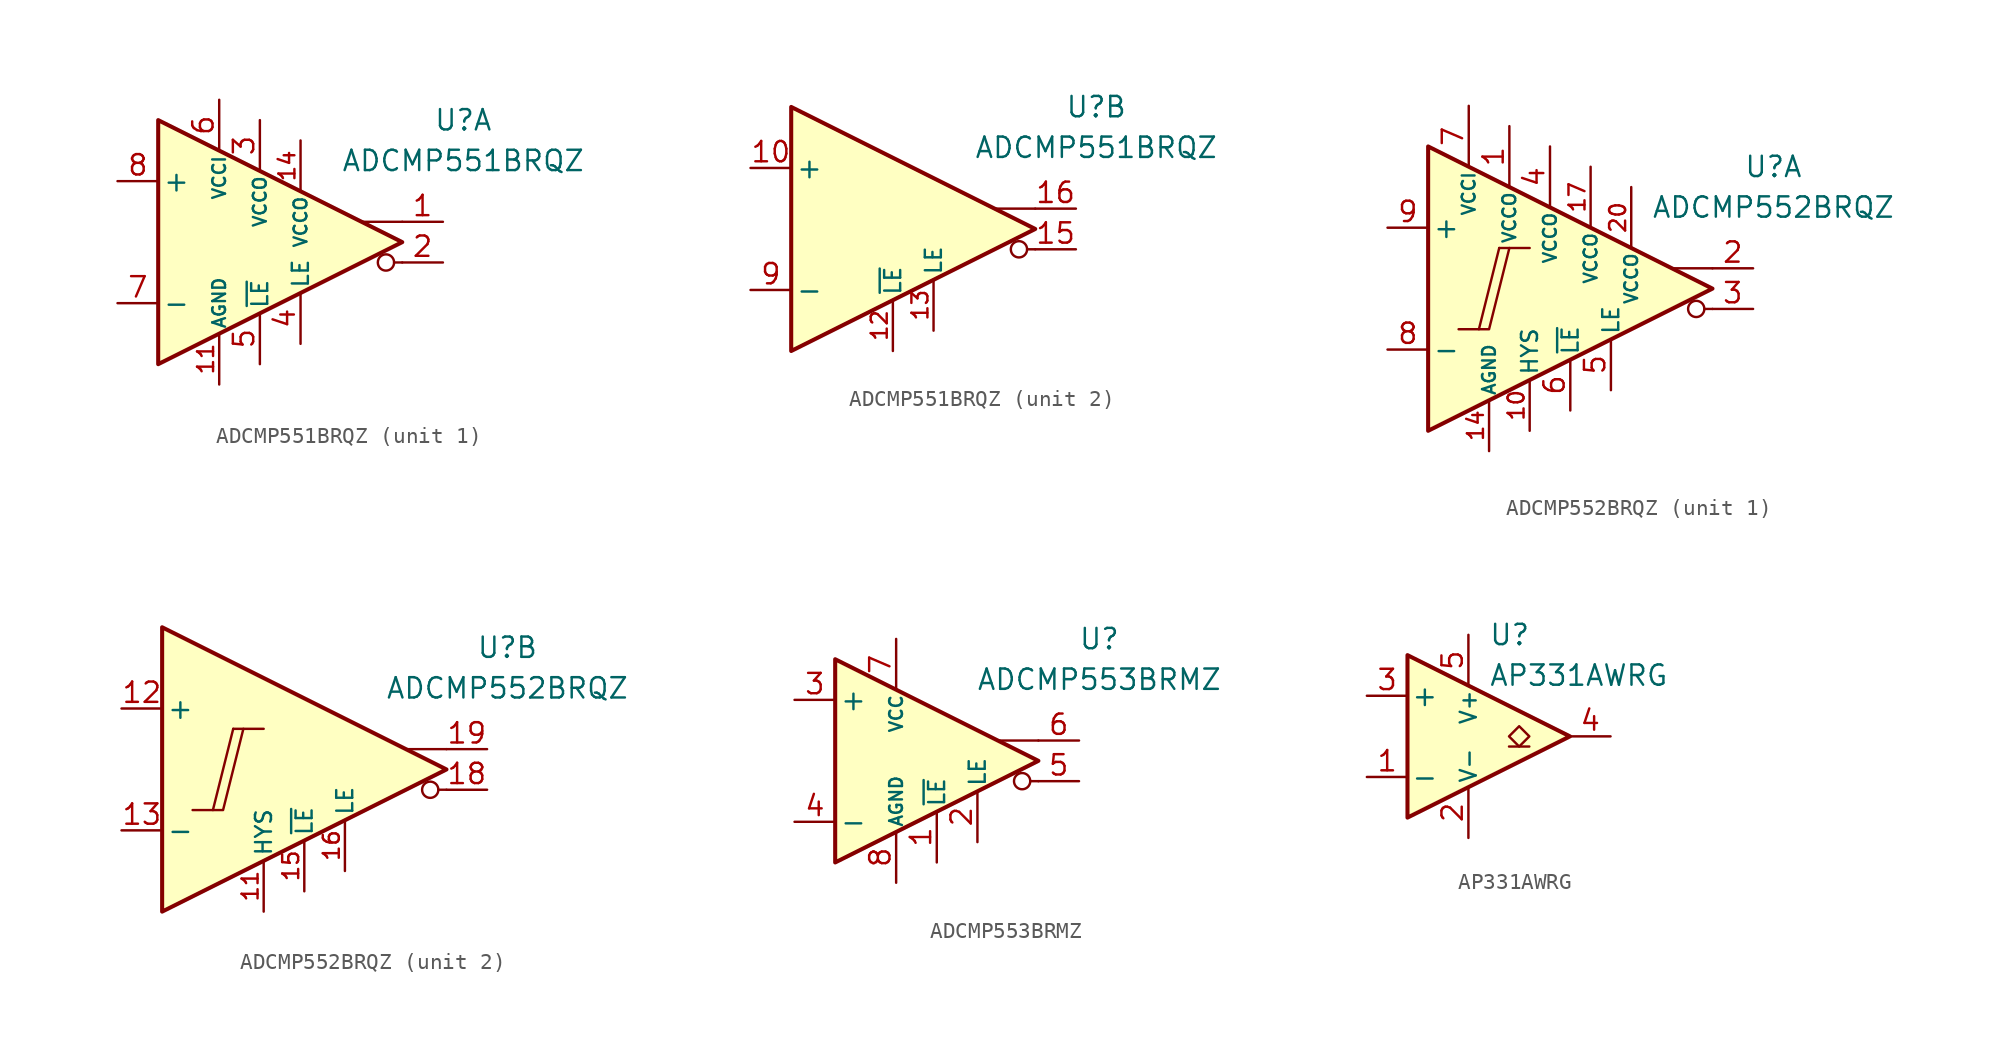
<source format=kicad_sym>
(kicad_symbol_lib
  (version 20231120)
  (generator "kicad_symbol_editor")
  (generator_version "8.0")
  (symbol "ADCMP551BRQZ"
    (pin_names
      (offset 0.254))
    (property "Reference" "U"
      (at 12.7 7.62 0)
      (effects (font (size 1.27 1.27))))
    (property "Value" "ADCMP551BRQZ"
      (at 12.7 5.08 0)
      (effects (font (size 1.27 1.27))))
    (property "ki_locked" ""
      (at 0 0 0)
      (effects (font (size 1.27 1.27))))
    (symbol "ADCMP551BRQZ_1_0"
      (polyline (pts (xy 8.89 -1.27) (xy 8.382 -1.27)) (stroke (width 0.152) (type default)) (fill (type none)))
      (polyline (pts (xy 8.89 1.27) (xy 6.35 1.27)) (stroke (width 0.152) (type default)) (fill (type none)))
      (polyline (pts (xy 8.89 0) (xy -6.35 7.62) (xy -6.35 -7.62) (xy 8.89 0)) (stroke (width 0.254) (type default)) (fill (type background)))
      (circle (center 7.874 -1.27) (radius 0.508) (stroke (width 0.152) (type default)) (fill (type none))))
    (symbol "ADCMP551BRQZ_1_1"
      (pin output line (at 11.43 1.27 180) (length 2.54) (name "~" (effects (font (size 1.27 1.27)))) (number "1" (effects (font (size 1.27 1.27)))))
      (pin power_in line (at -2.54 -8.89 90) (length 3.18) (name "AGND" (effects (font (size 0.8 0.8)))) (number "11" (effects (font (size 1 1)))))
      (pin power_in line (at 2.54 6.35 270) (length 3.18) (name "VCCO" (effects (font (size 0.8 0.8)))) (number "14" (effects (font (size 1 1)))))
      (pin output line (at 11.43 -1.27 180) (length 2.54) (name "~" (effects (font (size 1.27 1.27)))) (number "2" (effects (font (size 1.27 1.27)))))
      (pin power_in line (at 0 7.62 270) (length 3.18) (name "VCCO" (effects (font (size 0.8 0.8)))) (number "3" (effects (font (size 1.27 1.27)))))
      (pin input line (at 2.54 -6.35 90) (length 3.18) (name "LE" (effects (font (size 1 1)))) (number "4" (effects (font (size 1.27 1.27)))))
      (pin input line (at 0 -7.62 90) (length 3.18) (name "~{LE}" (effects (font (size 1 1)))) (number "5" (effects (font (size 1.27 1.27)))))
      (pin power_in line (at -2.54 8.89 270) (length 3.18) (name "VCCI" (effects (font (size 0.8 0.8)))) (number "6" (effects (font (size 1.27 1.27)))))
      (pin input line (at -8.89 -3.81 0) (length 2.54) (name "-" (effects (font (size 1.27 1.27)))) (number "7" (effects (font (size 1.27 1.27)))))
      (pin input line (at -8.89 3.81 0) (length 2.54) (name "+" (effects (font (size 1.27 1.27)))) (number "8" (effects (font (size 1.27 1.27))))))
    (symbol "ADCMP551BRQZ_2_0"
      (polyline (pts (xy 8.89 -1.27) (xy 8.382 -1.27)) (stroke (width 0.152) (type default)) (fill (type none)))
      (polyline (pts (xy 8.89 1.27) (xy 6.35 1.27)) (stroke (width 0.152) (type default)) (fill (type none)))
      (polyline (pts (xy 8.89 0) (xy -6.35 7.62) (xy -6.35 -7.62) (xy 8.89 0)) (stroke (width 0.254) (type default)) (fill (type background)))
      (circle (center 7.874 -1.27) (radius 0.508) (stroke (width 0.152) (type default)) (fill (type none))))
    (symbol "ADCMP551BRQZ_2_1"
      (pin input line (at -8.89 3.81 0) (length 2.54) (name "+" (effects (font (size 1.27 1.27)))) (number "10" (effects (font (size 1.27 1.27)))))
      (pin input line (at 0 -7.62 90) (length 3.18) (name "~{LE}" (effects (font (size 1 1)))) (number "12" (effects (font (size 1 1)))))
      (pin input line (at 2.54 -6.35 90) (length 3.18) (name "LE" (effects (font (size 1 1)))) (number "13" (effects (font (size 1 1)))))
      (pin output line (at 11.43 -1.27 180) (length 2.54) (name "~" (effects (font (size 1.27 1.27)))) (number "15" (effects (font (size 1.27 1.27)))))
      (pin output line (at 11.43 1.27 180) (length 2.54) (name "~" (effects (font (size 1.27 1.27)))) (number "16" (effects (font (size 1.27 1.27)))))
      (pin input line (at -8.89 -3.81 0) (length 2.54) (name "-" (effects (font (size 1.27 1.27)))) (number "9" (effects (font (size 1.27 1.27)))))))
  (symbol "ADCMP552BRQZ"
    (pin_names
      (offset 0.254))
    (property "Reference" "U"
      (at 12.7 7.62 0)
      (effects (font (size 1.27 1.27))))
    (property "Value" "ADCMP552BRQZ"
      (at 12.7 5.08 0)
      (effects (font (size 1.27 1.27))))
    (property "ki_locked" ""
      (at 0 0 0)
      (effects (font (size 1.27 1.27))))
    (symbol "ADCMP552BRQZ_0_0"
      (polyline (pts (xy -6.985 -2.54) (xy -5.715 -2.54)) (stroke (width 0.152) (type default)) (fill (type none)))
      (polyline (pts (xy -4.445 2.54) (xy -2.54 2.54)) (stroke (width 0.152) (type default)) (fill (type none)))
      (polyline (pts (xy -4.445 2.54) (xy -5.715 -2.54) (xy -5.08 -2.54) (xy -3.81 2.54)) (stroke (width 0.152) (type default)) (fill (type none))))
    (symbol "ADCMP552BRQZ_1_0"
      (polyline (pts (xy 8.89 -1.27) (xy 8.382 -1.27)) (stroke (width 0.152) (type default)) (fill (type none)))
      (polyline (pts (xy 8.89 1.27) (xy 6.35 1.27)) (stroke (width 0.152) (type default)) (fill (type none)))
      (polyline (pts (xy 8.89 0) (xy -8.89 8.89) (xy -8.89 -8.89) (xy 8.89 0)) (stroke (width 0.254) (type default)) (fill (type background)))
      (circle (center 7.874 -1.27) (radius 0.508) (stroke (width 0.152) (type default)) (fill (type none))))
    (symbol "ADCMP552BRQZ_1_1"
      (pin power_in line (at -3.81 10.16 270) (length 3.81) (name "VCCO" (effects (font (size 0.8 0.8)))) (number "1" (effects (font (size 1.27 1.27)))))
      (pin passive line (at -2.54 -8.89 90) (length 3.18) (name "HYS" (effects (font (size 1 1)))) (number "10" (effects (font (size 1 1)))))
      (pin power_in line (at -5.08 -10.16 90) (length 3.18) (name "AGND" (effects (font (size 0.8 0.8)))) (number "14" (effects (font (size 1 1)))))
      (pin power_in line (at 1.27 7.62 270) (length 3.81) (name "VCCO" (effects (font (size 0.8 0.8)))) (number "17" (effects (font (size 1 1)))))
      (pin output line (at 11.43 1.27 180) (length 2.54) (name "~" (effects (font (size 1.27 1.27)))) (number "2" (effects (font (size 1.27 1.27)))))
      (pin power_in line (at 3.81 6.35 270) (length 3.81) (name "VCCO" (effects (font (size 0.8 0.8)))) (number "20" (effects (font (size 1 1)))))
      (pin output line (at 11.43 -1.27 180) (length 2.54) (name "~" (effects (font (size 1.27 1.27)))) (number "3" (effects (font (size 1.27 1.27)))))
      (pin power_in line (at -1.27 8.89 270) (length 3.81) (name "VCCO" (effects (font (size 0.8 0.8)))) (number "4" (effects (font (size 1.27 1.27)))))
      (pin input line (at 2.54 -6.35 90) (length 3.18) (name "LE" (effects (font (size 1 1)))) (number "5" (effects (font (size 1.27 1.27)))))
      (pin input line (at 0 -7.62 90) (length 3.18) (name "~{LE}" (effects (font (size 1 1)))) (number "6" (effects (font (size 1.27 1.27)))))
      (pin power_in line (at -6.35 11.43 270) (length 3.81) (name "VCCI" (effects (font (size 0.8 0.8)))) (number "7" (effects (font (size 1.27 1.27)))))
      (pin input line (at -11.43 -3.81 0) (length 2.54) (name "-" (effects (font (size 1.27 1.27)))) (number "8" (effects (font (size 1.27 1.27)))))
      (pin input line (at -11.43 3.81 0) (length 2.54) (name "+" (effects (font (size 1.27 1.27)))) (number "9" (effects (font (size 1.27 1.27))))))
    (symbol "ADCMP552BRQZ_2_0"
      (polyline (pts (xy 8.89 -1.27) (xy 8.382 -1.27)) (stroke (width 0.152) (type default)) (fill (type none)))
      (polyline (pts (xy 8.89 1.27) (xy 6.35 1.27)) (stroke (width 0.152) (type default)) (fill (type none)))
      (polyline (pts (xy 8.89 0) (xy -8.89 8.89) (xy -8.89 -8.89) (xy 8.89 0)) (stroke (width 0.254) (type default)) (fill (type background)))
      (circle (center 7.874 -1.27) (radius 0.508) (stroke (width 0.152) (type default)) (fill (type none))))
    (symbol "ADCMP552BRQZ_2_1"
      (pin passive line (at -2.54 -8.89 90) (length 3.18) (name "HYS" (effects (font (size 1 1)))) (number "11" (effects (font (size 1 1)))))
      (pin input line (at -11.43 3.81 0) (length 2.54) (name "+" (effects (font (size 1.27 1.27)))) (number "12" (effects (font (size 1.27 1.27)))))
      (pin input line (at -11.43 -3.81 0) (length 2.54) (name "-" (effects (font (size 1.27 1.27)))) (number "13" (effects (font (size 1.27 1.27)))))
      (pin input line (at 0 -7.62 90) (length 3.18) (name "~{LE}" (effects (font (size 1 1)))) (number "15" (effects (font (size 1 1)))))
      (pin input line (at 2.54 -6.35 90) (length 3.18) (name "LE" (effects (font (size 1 1)))) (number "16" (effects (font (size 1 1)))))
      (pin output line (at 11.43 -1.27 180) (length 2.54) (name "~" (effects (font (size 1.27 1.27)))) (number "18" (effects (font (size 1.27 1.27)))))
      (pin output line (at 11.43 1.27 180) (length 2.54) (name "~" (effects (font (size 1.27 1.27)))) (number "19" (effects (font (size 1.27 1.27)))))))
  (symbol "ADCMP553BRMZ"
    (pin_names
      (offset 0.254))
    (property "Reference" "U"
      (at 12.7 7.62 0)
      (effects (font (size 1.27 1.27))))
    (property "Value" "ADCMP553BRMZ"
      (at 12.7 5.08 0)
      (effects (font (size 1.27 1.27))))
    (symbol "ADCMP553BRMZ_1_0"
      (polyline (pts (xy 8.89 -1.27) (xy 8.382 -1.27)) (stroke (width 0.152) (type default)) (fill (type none)))
      (polyline (pts (xy 8.89 1.27) (xy 6.35 1.27)) (stroke (width 0.152) (type default)) (fill (type none)))
      (polyline (pts (xy 8.89 0) (xy -3.81 6.35) (xy -3.81 -6.35) (xy 8.89 0)) (stroke (width 0.254) (type default)) (fill (type background)))
      (circle (center 7.874 -1.27) (radius 0.508) (stroke (width 0.152) (type default)) (fill (type none))))
    (symbol "ADCMP553BRMZ_1_1"
      (pin input line (at 2.54 -6.35 90) (length 3.18) (name "~{LE}" (effects (font (size 1 1)))) (number "1" (effects (font (size 1.27 1.27)))))
      (pin input line (at 5.08 -5.08 90) (length 3.18) (name "LE" (effects (font (size 1 1)))) (number "2" (effects (font (size 1.27 1.27)))))
      (pin input line (at -6.35 3.81 0) (length 2.54) (name "+" (effects (font (size 1.27 1.27)))) (number "3" (effects (font (size 1.27 1.27)))))
      (pin input line (at -6.35 -3.81 0) (length 2.54) (name "-" (effects (font (size 1.27 1.27)))) (number "4" (effects (font (size 1.27 1.27)))))
      (pin output line (at 11.43 -1.27 180) (length 2.54) (name "~" (effects (font (size 1.27 1.27)))) (number "5" (effects (font (size 1.27 1.27)))))
      (pin output line (at 11.43 1.27 180) (length 2.54) (name "~" (effects (font (size 1.27 1.27)))) (number "6" (effects (font (size 1.27 1.27)))))
      (pin power_in line (at 0 7.62 270) (length 3.18) (name "VCC" (effects (font (size 0.8 0.8)))) (number "7" (effects (font (size 1.27 1.27)))))
      (pin power_in line (at 0 -7.62 90) (length 3.18) (name "AGND" (effects (font (size 0.8 0.8)))) (number "8" (effects (font (size 1.27 1.27)))))))
  (symbol "AP331AWRG"
    (pin_names
      (offset 0.2))
    (property "Reference" "U"
      (at 1.27 6.35 0)
      (effects (font (size 1.27 1.27)) (justify left)))
    (property "Value" "AP331AWRG"
      (at 1.27 3.81 0)
      (effects (font (size 1.27 1.27)) (justify left)))
    (symbol "AP331AWRG_0_1"
      (polyline (pts (xy -3.81 5.08) (xy -3.81 -5.08) (xy 6.35 0) (xy -3.81 5.08)) (stroke (width 0.254) (type default)) (fill (type background))))
    (symbol "AP331AWRG_1_1"
      (polyline (pts (xy 3.81 -0.635) (xy 2.54 -0.635)) (stroke (width 0.152) (type default)) (fill (type none)))
      (polyline (pts (xy 3.175 -0.635) (xy 2.54 0) (xy 3.175 0.635) (xy 3.81 0) (xy 3.175 -0.635)) (stroke (width 0.152) (type default)) (fill (type none)))
      (pin input line (at -6.35 -2.54 0) (length 2.54) (name "-" (effects (font (size 1.27 1.27)))) (number "1" (effects (font (size 1.27 1.27)))))
      (pin power_in line (at 0 -6.35 90) (length 3.18) (name "V-" (effects (font (size 1 1)))) (number "2" (effects (font (size 1.27 1.27)))))
      (pin input line (at -6.35 2.54 0) (length 2.54) (name "+" (effects (font (size 1.27 1.27)))) (number "3" (effects (font (size 1.27 1.27)))))
      (pin open_collector line (at 8.89 0 180) (length 2.54) (name "~" (effects (font (size 1.27 1.27)))) (number "4" (effects (font (size 1.27 1.27)))))
      (pin power_in line (at 0 6.35 270) (length 3.18) (name "V+" (effects (font (size 1 1)))) (number "5" (effects (font (size 1.27 1.27))))))))
</source>
